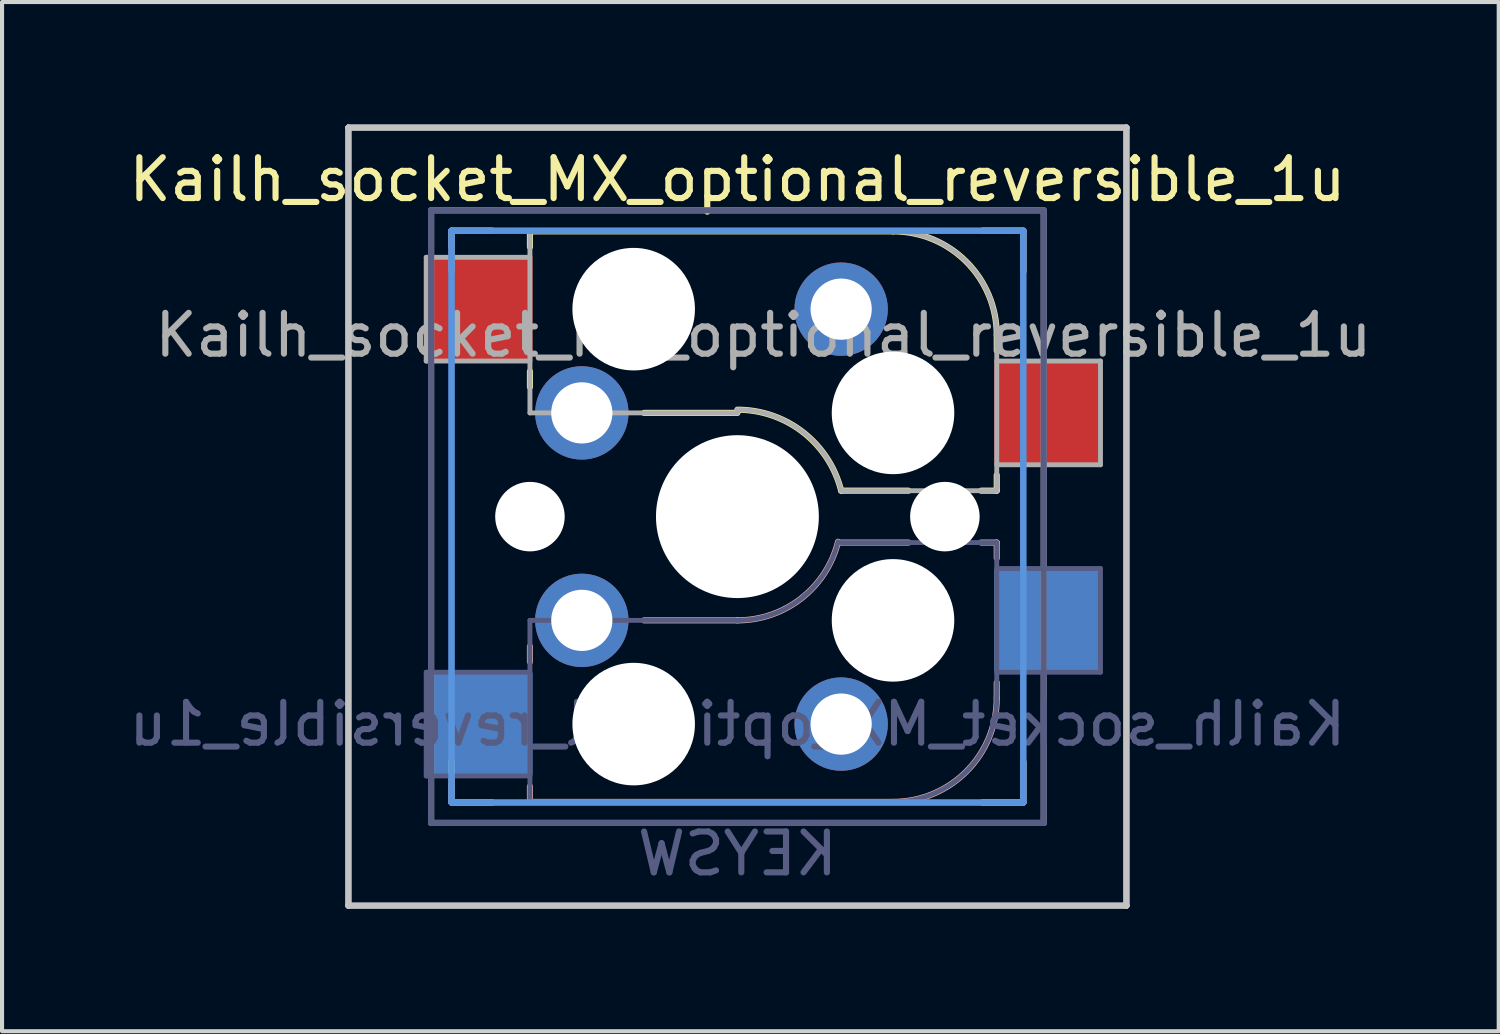
<source format=kicad_pcb>
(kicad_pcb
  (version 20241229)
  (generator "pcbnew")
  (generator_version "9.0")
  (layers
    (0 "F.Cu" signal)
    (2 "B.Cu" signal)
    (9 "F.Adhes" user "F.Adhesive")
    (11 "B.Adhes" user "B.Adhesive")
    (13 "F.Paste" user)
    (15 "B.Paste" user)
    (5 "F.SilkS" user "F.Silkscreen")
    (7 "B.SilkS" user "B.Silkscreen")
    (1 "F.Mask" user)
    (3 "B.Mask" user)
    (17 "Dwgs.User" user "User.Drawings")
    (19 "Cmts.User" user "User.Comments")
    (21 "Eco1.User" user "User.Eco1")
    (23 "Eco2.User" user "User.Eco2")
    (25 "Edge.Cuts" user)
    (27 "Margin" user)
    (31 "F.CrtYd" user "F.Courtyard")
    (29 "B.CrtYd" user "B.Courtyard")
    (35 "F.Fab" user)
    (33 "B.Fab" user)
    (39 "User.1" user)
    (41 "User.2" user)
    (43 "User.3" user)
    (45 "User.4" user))
  (footprint "Kailh_socket_MX_optional_reversible_1u"
    (layer "F.Cu")
    (at 15.006 9.6)
    (property "Reference" "Kailh_socket_MX_optional_reversible_1u" (at 0 -8.255 0) (layer "F.SilkS") (effects (font (size 1 1) (thickness 0.15))))
    (property "Value" "KEYSW" (at 0 8.255 0) (layer "F.Fab") (hide yes) (effects (font (size 1 1) (thickness 0.15))))
    (attr smd)
    (fp_line (start -7 -7) (end -6 -7) (stroke (width 0.15) (type solid)) (layer "F.SilkS"))
    (fp_line (start -7 -6.604) (end -7 -7) (stroke (width 0.15) (type solid)) (layer "F.SilkS"))
    (fp_line (start -7 7) (end -7 6) (stroke (width 0.15) (type solid)) (layer "F.SilkS"))
    (fp_line (start -6 7) (end -7 7) (stroke (width 0.15) (type solid)) (layer "F.SilkS"))
    (fp_line (start -5.08 -6.985) (end -5.08 -6.604) (stroke (width 0.15) (type solid)) (layer "F.SilkS"))
    (fp_line (start -5.08 -3.556) (end -5.08 -3.175) (stroke (width 0.15) (type solid)) (layer "F.SilkS"))
    (fp_line (start -2.286 -2.54) (end 0 -2.54) (stroke (width 0.15) (type solid)) (layer "F.SilkS"))
    (fp_line (start 2.54 -0.635) (end 4.191 -0.635) (stroke (width 0.15) (type solid)) (layer "F.SilkS"))
    (fp_line (start 3.81 -6.985) (end -5.08 -6.985) (stroke (width 0.15) (type solid)) (layer "F.SilkS"))
    (fp_line (start 5.969 -0.635) (end 6.35 -0.635) (stroke (width 0.15) (type solid)) (layer "F.SilkS"))
    (fp_line (start 6 -7) (end 7 -7) (stroke (width 0.15) (type solid)) (layer "F.SilkS"))
    (fp_line (start 6.35 -4.445) (end 6.35 -4.064) (stroke (width 0.15) (type solid)) (layer "F.SilkS"))
    (fp_line (start 6.35 -0.635) (end 6.35 -1.016) (stroke (width 0.15) (type solid)) (layer "F.SilkS"))
    (fp_line (start 7 -7) (end 7 -6) (stroke (width 0.15) (type solid)) (layer "F.SilkS"))
    (fp_line (start 7 6) (end 7 7) (stroke (width 0.15) (type solid)) (layer "F.SilkS"))
    (fp_line (start 7 7) (end 6 7) (stroke (width 0.15) (type solid)) (layer "F.SilkS"))
    (fp_arc (start 0.000001 -2.618171) (mid 1.611255 -2.063656) (end 2.539999 -0.634999) (stroke (width 0.15) (type solid)) (layer "F.SilkS"))
    (fp_arc (start 3.81 -6.985) (mid 5.606051 -6.241051) (end 6.35 -4.445) (stroke (width 0.15) (type solid)) (layer "F.SilkS"))
    (fp_line (start -7 -7) (end -6 -7) (stroke (width 0.15) (type solid)) (layer "B.SilkS"))
    (fp_line (start -7 -6) (end -7 -7) (stroke (width 0.15) (type solid)) (layer "B.SilkS"))
    (fp_line (start -7 7) (end -7 6.604) (stroke (width 0.15) (type solid)) (layer "B.SilkS"))
    (fp_line (start -6 7) (end -7 7) (stroke (width 0.15) (type solid)) (layer "B.SilkS"))
    (fp_line (start -5.08 3.175) (end -5.08 3.556) (stroke (width 0.15) (type solid)) (layer "B.SilkS"))
    (fp_line (start -5.08 6.604) (end -5.08 6.985) (stroke (width 0.15) (type solid)) (layer "B.SilkS"))
    (fp_line (start -5.08 6.985) (end 3.81 6.985) (stroke (width 0.15) (type solid)) (layer "B.SilkS"))
    (fp_line (start 0 2.54) (end -2.286 2.54) (stroke (width 0.15) (type solid)) (layer "B.SilkS"))
    (fp_line (start 4.191 0.635) (end 2.54 0.635) (stroke (width 0.15) (type solid)) (layer "B.SilkS"))
    (fp_line (start 6 -7) (end 7 -7) (stroke (width 0.15) (type solid)) (layer "B.SilkS"))
    (fp_line (start 6.35 0.635) (end 5.969 0.635) (stroke (width 0.15) (type solid)) (layer "B.SilkS"))
    (fp_line (start 6.35 1.016) (end 6.35 0.635) (stroke (width 0.15) (type solid)) (layer "B.SilkS"))
    (fp_line (start 6.35 4.445) (end 6.35 4.064) (stroke (width 0.15) (type solid)) (layer "B.SilkS"))
    (fp_line (start 7 -7) (end 7 -6) (stroke (width 0.15) (type solid)) (layer "B.SilkS"))
    (fp_line (start 7 6) (end 7 7) (stroke (width 0.15) (type solid)) (layer "B.SilkS"))
    (fp_line (start 7 7) (end 6 7) (stroke (width 0.15) (type solid)) (layer "B.SilkS"))
    (fp_arc (start 2.464162 0.61604) (mid 1.563147 2.002042) (end 0 2.54) (stroke (width 0.15) (type solid)) (layer "B.SilkS"))
    (fp_arc (start 6.35 4.445) (mid 5.606051 6.241051) (end 3.81 6.985) (stroke (width 0.15) (type solid)) (layer "B.SilkS"))
    (fp_line (start -9.525 -9.525) (end -9.525 -9.525) (stroke (width 0.15) (type solid)) (layer "Dwgs.User"))
    (fp_line (start -9.525 -9.525) (end -9.525 -9.525) (stroke (width 0.15) (type solid)) (layer "Dwgs.User"))
    (fp_line (start -9.525 -9.525) (end -9.525 9.525) (stroke (width 0.15) (type solid)) (layer "Dwgs.User"))
    (fp_line (start -9.525 -9.525) (end 9.525 -9.525) (stroke (width 0.15) (type solid)) (layer "Dwgs.User"))
    (fp_line (start -9.525 9.525) (end -9.525 -9.525) (stroke (width 0.15) (type solid)) (layer "Dwgs.User"))
    (fp_line (start -9.525 9.525) (end -9.525 9.525) (stroke (width 0.15) (type solid)) (layer "Dwgs.User"))
    (fp_line (start -9.525 9.525) (end -9.525 9.525) (stroke (width 0.15) (type solid)) (layer "Dwgs.User"))
    (fp_line (start -9.525 9.525) (end 9.525 9.525) (stroke (width 0.15) (type solid)) (layer "Dwgs.User"))
    (fp_line (start 9.525 -9.525) (end -9.525 -9.525) (stroke (width 0.15) (type solid)) (layer "Dwgs.User"))
    (fp_line (start 9.525 -9.525) (end 9.525 -9.525) (stroke (width 0.15) (type solid)) (layer "Dwgs.User"))
    (fp_line (start 9.525 -9.525) (end 9.525 -9.525) (stroke (width 0.15) (type solid)) (layer "Dwgs.User"))
    (fp_line (start 9.525 -9.525) (end 9.525 9.525) (stroke (width 0.15) (type solid)) (layer "Dwgs.User"))
    (fp_line (start 9.525 9.525) (end -9.525 9.525) (stroke (width 0.15) (type solid)) (layer "Dwgs.User"))
    (fp_line (start 9.525 9.525) (end 9.525 -9.525) (stroke (width 0.15) (type solid)) (layer "Dwgs.User"))
    (fp_line (start 9.525 9.525) (end 9.525 9.525) (stroke (width 0.15) (type solid)) (layer "Dwgs.User"))
    (fp_line (start 9.525 9.525) (end 9.525 9.525) (stroke (width 0.15) (type solid)) (layer "Dwgs.User"))
    (fp_line (start -7 -7) (end -7 7) (stroke (width 0.15) (type solid)) (layer "Cmts.User"))
    (fp_line (start -7 -7) (end 7 -7) (stroke (width 0.15) (type solid)) (layer "Cmts.User"))
    (fp_line (start -7 7) (end -7 -7) (stroke (width 0.15) (type solid)) (layer "Cmts.User"))
    (fp_line (start -7 7) (end -7 7) (stroke (width 0.15) (type solid)) (layer "Cmts.User"))
    (fp_line (start -7 7) (end -7 7) (stroke (width 0.15) (type solid)) (layer "Cmts.User"))
    (fp_line (start -7 7) (end 7 7) (stroke (width 0.15) (type solid)) (layer "Cmts.User"))
    (fp_line (start 7 -7) (end -7 -7) (stroke (width 0.15) (type solid)) (layer "Cmts.User"))
    (fp_line (start 7 -7) (end 7 -7) (stroke (width 0.15) (type solid)) (layer "Cmts.User"))
    (fp_line (start 7 -7) (end 7 -7) (stroke (width 0.15) (type solid)) (layer "Cmts.User"))
    (fp_line (start 7 -7) (end 7 7) (stroke (width 0.15) (type solid)) (layer "Cmts.User"))
    (fp_line (start 7 7) (end -7 7) (stroke (width 0.15) (type solid)) (layer "Cmts.User"))
    (fp_line (start 7 7) (end 7 -7) (stroke (width 0.15) (type solid)) (layer "Cmts.User"))
    (fp_line (start 7 7) (end 7 7) (stroke (width 0.15) (type solid)) (layer "Cmts.User"))
    (fp_line (start 7 7) (end 7 7) (stroke (width 0.15) (type solid)) (layer "Cmts.User"))
    (fp_line (start -6.9 6.9) (end -6.9 -6.9) (stroke (width 0.15) (type solid)) (layer "Eco2.User"))
    (fp_line (start -6.9 6.9) (end 6.9 6.9) (stroke (width 0.15) (type solid)) (layer "Eco2.User"))
    (fp_line (start 6.9 -6.9) (end -6.9 -6.9) (stroke (width 0.15) (type solid)) (layer "Eco2.User"))
    (fp_line (start 6.9 -6.9) (end 6.9 6.9) (stroke (width 0.15) (type solid)) (layer "Eco2.User"))
    (fp_line (start -7.62 3.81) (end -7.62 6.35) (stroke (width 0.12) (type solid)) (layer "B.Fab"))
    (fp_line (start -7.62 6.35) (end -5.08 6.35) (stroke (width 0.12) (type solid)) (layer "B.Fab"))
    (fp_line (start -7.5 -7.5) (end 7.5 -7.5) (stroke (width 0.15) (type solid)) (layer "B.Fab"))
    (fp_line (start -7.5 7.5) (end -7.5 -7.5) (stroke (width 0.15) (type solid)) (layer "B.Fab"))
    (fp_line (start -5.08 2.54) (end -5.08 6.985) (stroke (width 0.12) (type solid)) (layer "B.Fab"))
    (fp_line (start -5.08 3.81) (end -7.62 3.81) (stroke (width 0.12) (type solid)) (layer "B.Fab"))
    (fp_line (start -5.08 6.985) (end 3.81 6.985) (stroke (width 0.12) (type solid)) (layer "B.Fab"))
    (fp_line (start 0 2.54) (end -5.08 2.54) (stroke (width 0.12) (type solid)) (layer "B.Fab"))
    (fp_line (start 6.35 0.635) (end 2.54 0.635) (stroke (width 0.12) (type solid)) (layer "B.Fab"))
    (fp_line (start 6.35 3.81) (end 8.89 3.81) (stroke (width 0.12) (type solid)) (layer "B.Fab"))
    (fp_line (start 6.35 4.445) (end 6.35 0.635) (stroke (width 0.12) (type solid)) (layer "B.Fab"))
    (fp_line (start 7.5 -7.5) (end 7.5 7.5) (stroke (width 0.15) (type solid)) (layer "B.Fab"))
    (fp_line (start 7.5 7.5) (end -7.5 7.5) (stroke (width 0.15) (type solid)) (layer "B.Fab"))
    (fp_line (start 8.89 1.27) (end 6.35 1.27) (stroke (width 0.12) (type solid)) (layer "B.Fab"))
    (fp_line (start 8.89 3.81) (end 8.89 1.27) (stroke (width 0.12) (type solid)) (layer "B.Fab"))
    (fp_arc (start 2.464162 0.61604) (mid 1.563147 2.002042) (end 0 2.54) (stroke (width 0.12) (type solid)) (layer "B.Fab"))
    (fp_arc (start 6.35 4.445) (mid 5.606051 6.241051) (end 3.81 6.985) (stroke (width 0.12) (type solid)) (layer "B.Fab"))
    (fp_line (start -7.62 -6.35) (end -7.62 -3.81) (stroke (width 0.12) (type solid)) (layer "F.Fab"))
    (fp_line (start -7.62 -3.81) (end -5.08 -3.81) (stroke (width 0.12) (type solid)) (layer "F.Fab"))
    (fp_line (start -7.5 -7.5) (end 7.5 -7.5) (stroke (width 0.15) (type solid)) (layer "F.Fab"))
    (fp_line (start -7.5 7.5) (end -7.5 -7.5) (stroke (width 0.15) (type solid)) (layer "F.Fab"))
    (fp_line (start -5.08 -6.985) (end -5.08 -2.54) (stroke (width 0.12) (type solid)) (layer "F.Fab"))
    (fp_line (start -5.08 -6.35) (end -7.62 -6.35) (stroke (width 0.12) (type solid)) (layer "F.Fab"))
    (fp_line (start -5.08 -2.54) (end 0 -2.54) (stroke (width 0.12) (type solid)) (layer "F.Fab"))
    (fp_line (start 2.54 -0.635) (end 6.35 -0.635) (stroke (width 0.12) (type solid)) (layer "F.Fab"))
    (fp_line (start 3.81 -6.985) (end -5.08 -6.985) (stroke (width 0.12) (type solid)) (layer "F.Fab"))
    (fp_line (start 6.35 -1.27) (end 8.89 -1.27) (stroke (width 0.12) (type solid)) (layer "F.Fab"))
    (fp_line (start 6.35 -0.635) (end 6.35 -4.445) (stroke (width 0.12) (type solid)) (layer "F.Fab"))
    (fp_line (start 7.5 -7.5) (end 7.5 7.5) (stroke (width 0.15) (type solid)) (layer "F.Fab"))
    (fp_line (start 7.5 7.5) (end -7.5 7.5) (stroke (width 0.15) (type solid)) (layer "F.Fab"))
    (fp_line (start 8.89 -3.81) (end 6.35 -3.81) (stroke (width 0.12) (type solid)) (layer "F.Fab"))
    (fp_line (start 8.89 -1.27) (end 8.89 -3.81) (stroke (width 0.12) (type solid)) (layer "F.Fab"))
    (fp_arc (start 0.000001 -2.618171) (mid 1.611255 -2.063656) (end 2.539999 -0.634999) (stroke (width 0.12) (type solid)) (layer "F.Fab"))
    (fp_arc (start 3.81 -6.985) (mid 5.606051 -6.241051) (end 6.35 -4.445) (stroke (width 0.12) (type solid)) (layer "F.Fab"))
    (fp_poly (pts (xy 7.144 7.144) (xy -7.144 7.144) (xy -7.144 -7.144) (xy 7.144 -7.144)) (stroke (width 0.12) (type solid)) (fill no) (layer "User.2"))
    (fp_poly (pts (xy 2.381 8.334) (xy -2.381 8.334) (xy -2.381 -8.334) (xy 2.381 -8.334)) (stroke (width 0.12) (type solid)) (fill no) (layer "User.3"))
    (fp_text user "${REFERENCE}" (at 0 5.08 0) (layer "B.Fab") (effects (font (size 1 1) (thickness 0.15)) (justify mirror)))
    (fp_text user "${VALUE}" (at 0 8.255 0) (layer "B.Fab") (effects (font (size 1 1) (thickness 0.15)) (justify mirror)))
    (fp_text user "${REFERENCE}" (at 0.635 -4.445 0) (layer "F.Fab") (effects (font (size 1 1) (thickness 0.15))))
    (pad "" np_thru_hole circle (at -5.08 0) (size 1.702 1.702) (drill 1.702) (layers "*.Cu" "*.Mask"))
    (pad "" np_thru_hole circle (at -2.54 -5.08) (size 3 3) (drill 3) (layers "*.Cu" "*.Mask"))
    (pad "" np_thru_hole circle (at -2.54 5.08) (size 3 3) (drill 3) (layers "*.Cu" "*.Mask"))
    (pad "" np_thru_hole circle (at 0 0) (size 3.988 3.988) (drill 3.988) (layers "*.Cu" "*.Mask"))
    (pad "" np_thru_hole circle (at 3.81 -2.54) (size 3 3) (drill 3) (layers "*.Cu" "*.Mask"))
    (pad "" np_thru_hole circle (at 3.81 2.54) (size 3 3) (drill 3) (layers "*.Cu" "*.Mask"))
    (pad "" np_thru_hole circle (at 5.08 0) (size 1.702 1.702) (drill 1.702) (layers "*.Cu" "*.Mask"))
    (pad "1" smd rect (at -6.29 -5.08) (size 2.55 2.5) (layers "F.Cu" "F.Mask" "F.Paste"))
    (pad "1" smd rect (at -6.29 5.08) (size 2.55 2.5) (layers "B.Cu" "B.Mask" "B.Paste"))
    (pad "1" thru_hole circle (at -3.81 -2.54) (size 2.286 2.286) (drill 1.499) (layers "*.Cu" "*.Mask"))
    (pad "1" thru_hole circle (at -3.81 2.54) (size 2.286 2.286) (drill 1.499) (layers "*.Cu" "*.Mask"))
    (pad "2" thru_hole circle (at 2.54 -5.08) (size 2.286 2.286) (drill 1.499) (layers "*.Cu" "*.Mask"))
    (pad "2" thru_hole circle (at 2.54 5.08) (size 2.286 2.286) (drill 1.499) (layers "*.Cu" "*.Mask"))
    (pad "2" smd rect (at 7.56 -2.54) (size 2.55 2.5) (layers "F.Cu" "F.Mask" "F.Paste"))
    (pad "2" smd rect (at 7.56 2.54) (size 2.55 2.5) (layers "B.Cu" "B.Mask" "B.Paste")))
  (gr_rect
    (start -3 -3)
    (end 33.647 22.2)
    (stroke (width 0.1) (type default))
    (fill no)
    (layer "Edge.Cuts")))
</source>
